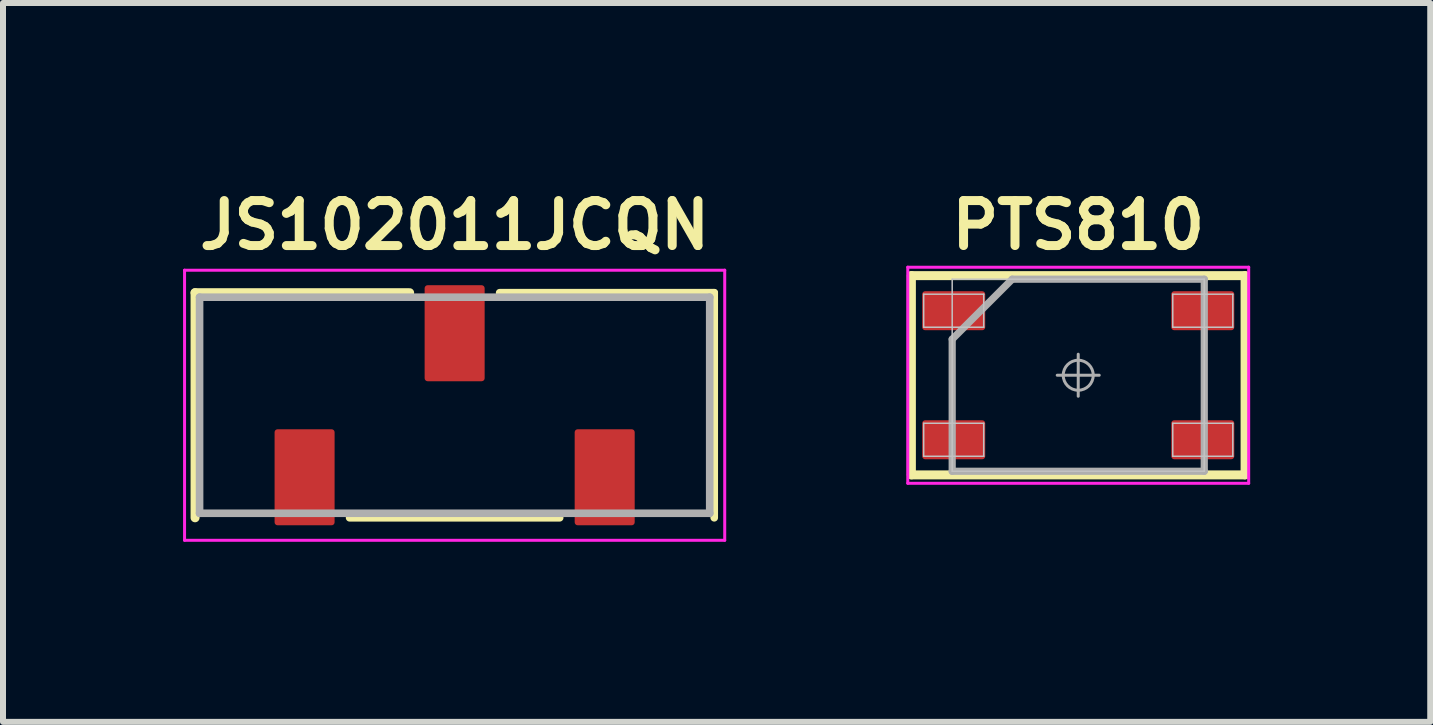
<source format=kicad_pcb>
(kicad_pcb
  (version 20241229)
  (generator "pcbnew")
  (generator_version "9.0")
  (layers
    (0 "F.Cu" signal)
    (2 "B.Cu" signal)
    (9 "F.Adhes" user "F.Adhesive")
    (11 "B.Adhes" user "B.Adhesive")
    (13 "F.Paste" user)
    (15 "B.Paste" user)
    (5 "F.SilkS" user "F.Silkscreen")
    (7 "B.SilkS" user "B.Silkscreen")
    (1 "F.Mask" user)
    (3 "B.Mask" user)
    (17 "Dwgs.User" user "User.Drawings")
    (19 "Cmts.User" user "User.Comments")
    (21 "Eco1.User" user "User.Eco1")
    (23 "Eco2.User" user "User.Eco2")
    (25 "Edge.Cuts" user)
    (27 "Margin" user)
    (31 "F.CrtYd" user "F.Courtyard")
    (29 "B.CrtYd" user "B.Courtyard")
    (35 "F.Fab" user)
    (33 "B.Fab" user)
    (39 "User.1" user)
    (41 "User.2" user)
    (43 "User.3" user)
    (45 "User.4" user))
  (footprint "JS102011JCQN"
    (layer "F.Cu")
    (at 4.525 3.702)
    (property "Reference" "JS102011JCQN" (at 0 -3 0) (layer "F.SilkS") (effects (font (size 0.75 0.75) (thickness 0.15) (bold yes))))
    (attr smd)
    (fp_line (start -4.325 -1.875) (end -0.75 -1.875) (stroke (width 0.15) (type solid)) (layer "F.SilkS"))
    (fp_line (start -4.325 1.875) (end -4.325 -1.875) (stroke (width 0.15) (type solid)) (layer "F.SilkS"))
    (fp_line (start 0.75 -1.875) (end 4.325 -1.875) (stroke (width 0.127) (type solid)) (layer "F.SilkS"))
    (fp_line (start 1.75 1.875) (end -1.75 1.875) (stroke (width 0.127) (type solid)) (layer "F.SilkS"))
    (fp_line (start 4.325 -1.875) (end 4.325 1.875) (stroke (width 0.127) (type solid)) (layer "F.SilkS"))
    (fp_line (start -4.5 -2.25) (end 4.5 -2.25) (stroke (width 0.05) (type solid)) (layer "F.CrtYd"))
    (fp_line (start -4.5 2.25) (end -4.5 -2.25) (stroke (width 0.05) (type solid)) (layer "F.CrtYd"))
    (fp_line (start 4.5 -2.25) (end 4.5 2.25) (stroke (width 0.05) (type solid)) (layer "F.CrtYd"))
    (fp_line (start 4.5 2.25) (end -4.5 2.25) (stroke (width 0.05) (type solid)) (layer "F.CrtYd"))
    (fp_line (start -4.25 -1.8) (end 4.25 -1.8) (stroke (width 0.127) (type solid)) (layer "F.Fab"))
    (fp_line (start -4.25 1.8) (end -4.25 -1.8) (stroke (width 0.127) (type solid)) (layer "F.Fab"))
    (fp_line (start 4.25 -1.8) (end 4.25 1.8) (stroke (width 0.127) (type solid)) (layer "F.Fab"))
    (fp_line (start 4.25 1.8) (end -4.25 1.8) (stroke (width 0.127) (type solid)) (layer "F.Fab"))
    (pad "1" smd roundrect (at -2.5 1.2) (size 1 1.6) (layers "F.Cu" "F.Mask" "F.Paste") (roundrect_rratio 0.05))
    (pad "2" smd roundrect (at 0 -1.2) (size 1 1.6) (layers "F.Cu" "F.Mask" "F.Paste") (roundrect_rratio 0.05))
    (pad "3" smd roundrect (at 2.5 1.2) (size 1 1.6) (layers "F.Cu" "F.Mask" "F.Paste") (roundrect_rratio 0.05)))
  (footprint "PTS810"
    (layer "F.Cu")
    (at 14.915 3.202)
    (property "Reference" "PTS810" (at 0 -2.5 0) (layer "F.SilkS") (effects (font (size 0.75 0.75) (thickness 0.15) (bold yes))))
    (attr smd)
    (fp_line (start -2.78 -1.66) (end 2.78 -1.66) (stroke (width 0.15) (type solid)) (layer "F.SilkS"))
    (fp_line (start -2.78 1.66) (end -2.78 -1.66) (stroke (width 0.15) (type solid)) (layer "F.SilkS"))
    (fp_line (start 2.78 -1.66) (end 2.78 1.66) (stroke (width 0.15) (type solid)) (layer "F.SilkS"))
    (fp_line (start 2.78 1.66) (end -2.78 1.66) (stroke (width 0.15) (type solid)) (layer "F.SilkS"))
    (fp_line (start -2.575 -1.35) (end -1.575 -1.35) (stroke (width 0.025) (type solid)) (layer "Dwgs.User"))
    (fp_line (start -2.575 -0.8) (end -2.575 -1.35) (stroke (width 0.025) (type solid)) (layer "Dwgs.User"))
    (fp_line (start -2.575 0.8) (end -1.575 0.8) (stroke (width 0.025) (type solid)) (layer "Dwgs.User"))
    (fp_line (start -2.575 1.35) (end -2.575 0.8) (stroke (width 0.025) (type solid)) (layer "Dwgs.User"))
    (fp_line (start -2.1 -1.6) (end 2.1 -1.6) (stroke (width 0.025) (type solid)) (layer "Dwgs.User"))
    (fp_line (start -2.1 1.6) (end -2.1 -1.6) (stroke (width 0.025) (type solid)) (layer "Dwgs.User"))
    (fp_line (start -1.575 -1.35) (end -1.575 -0.8) (stroke (width 0.025) (type solid)) (layer "Dwgs.User"))
    (fp_line (start -1.575 -0.8) (end -2.575 -0.8) (stroke (width 0.025) (type solid)) (layer "Dwgs.User"))
    (fp_line (start -1.575 0.8) (end -1.575 1.35) (stroke (width 0.025) (type solid)) (layer "Dwgs.User"))
    (fp_line (start -1.575 1.35) (end -2.575 1.35) (stroke (width 0.025) (type solid)) (layer "Dwgs.User"))
    (fp_line (start 1.575 -1.35) (end 2.575 -1.35) (stroke (width 0.025) (type solid)) (layer "Dwgs.User"))
    (fp_line (start 1.575 -0.8) (end 1.575 -1.35) (stroke (width 0.025) (type solid)) (layer "Dwgs.User"))
    (fp_line (start 1.575 0.8) (end 2.575 0.8) (stroke (width 0.025) (type solid)) (layer "Dwgs.User"))
    (fp_line (start 1.575 1.35) (end 1.575 0.8) (stroke (width 0.025) (type solid)) (layer "Dwgs.User"))
    (fp_line (start 2.1 -1.6) (end 2.1 1.6) (stroke (width 0.025) (type solid)) (layer "Dwgs.User"))
    (fp_line (start 2.1 1.6) (end -2.1 1.6) (stroke (width 0.025) (type solid)) (layer "Dwgs.User"))
    (fp_line (start 2.575 -1.35) (end 2.575 -0.8) (stroke (width 0.025) (type solid)) (layer "Dwgs.User"))
    (fp_line (start 2.575 -0.8) (end 1.575 -0.8) (stroke (width 0.025) (type solid)) (layer "Dwgs.User"))
    (fp_line (start 2.575 0.8) (end 2.575 1.35) (stroke (width 0.025) (type solid)) (layer "Dwgs.User"))
    (fp_line (start 2.575 1.35) (end 1.575 1.35) (stroke (width 0.025) (type solid)) (layer "Dwgs.User"))
    (fp_line (start -2.84 -1.8) (end -2.84 1.8) (stroke (width 0.05) (type solid)) (layer "F.CrtYd"))
    (fp_line (start -2.84 1.8) (end 2.84 1.8) (stroke (width 0.05) (type solid)) (layer "F.CrtYd"))
    (fp_line (start 2.84 -1.8) (end -2.84 -1.8) (stroke (width 0.05) (type solid)) (layer "F.CrtYd"))
    (fp_line (start 2.84 1.8) (end 2.84 -1.8) (stroke (width 0.05) (type solid)) (layer "F.CrtYd"))
    (fp_line (start -2.1 -0.6) (end -1.1 -1.6) (stroke (width 0.12) (type solid)) (layer "F.Fab"))
    (fp_line (start -2.1 1.6) (end -2.1 -0.6) (stroke (width 0.12) (type solid)) (layer "F.Fab"))
    (fp_line (start -1.1 -1.6) (end 2.1 -1.6) (stroke (width 0.12) (type solid)) (layer "F.Fab"))
    (fp_line (start 0 -0.35) (end 0 0.35) (stroke (width 0.05) (type solid)) (layer "F.Fab"))
    (fp_line (start 0.35 0) (end -0.35 0) (stroke (width 0.05) (type solid)) (layer "F.Fab"))
    (fp_line (start 2.1 -1.6) (end 2.1 1.6) (stroke (width 0.12) (type solid)) (layer "F.Fab"))
    (fp_line (start 2.1 1.6) (end -2.1 1.6) (stroke (width 0.12) (type solid)) (layer "F.Fab"))
    (fp_circle (center 0 0) (end 0.25 0) (stroke (width 0.05) (type solid)) (fill no) (layer "F.Fab"))
    (pad "1" smd roundrect (at -2.075 -1.075) (size 1.05 0.65) (layers "F.Cu" "F.Mask" "F.Paste") (roundrect_rratio 0.077))
    (pad "2" smd roundrect (at 2.075 -1.075) (size 1.05 0.65) (layers "F.Cu" "F.Mask" "F.Paste") (roundrect_rratio 0.077))
    (pad "3" smd roundrect (at -2.075 1.075) (size 1.05 0.65) (layers "F.Cu" "F.Mask" "F.Paste") (roundrect_rratio 0.077))
    (pad "4" smd roundrect (at 2.075 1.075) (size 1.05 0.65) (layers "F.Cu" "F.Mask" "F.Paste") (roundrect_rratio 0.077)))
  (gr_rect
    (start -3 -3)
    (end 20.78 8.977)
    (stroke (width 0.1) (type default))
    (fill no)
    (layer "Edge.Cuts")))
</source>
